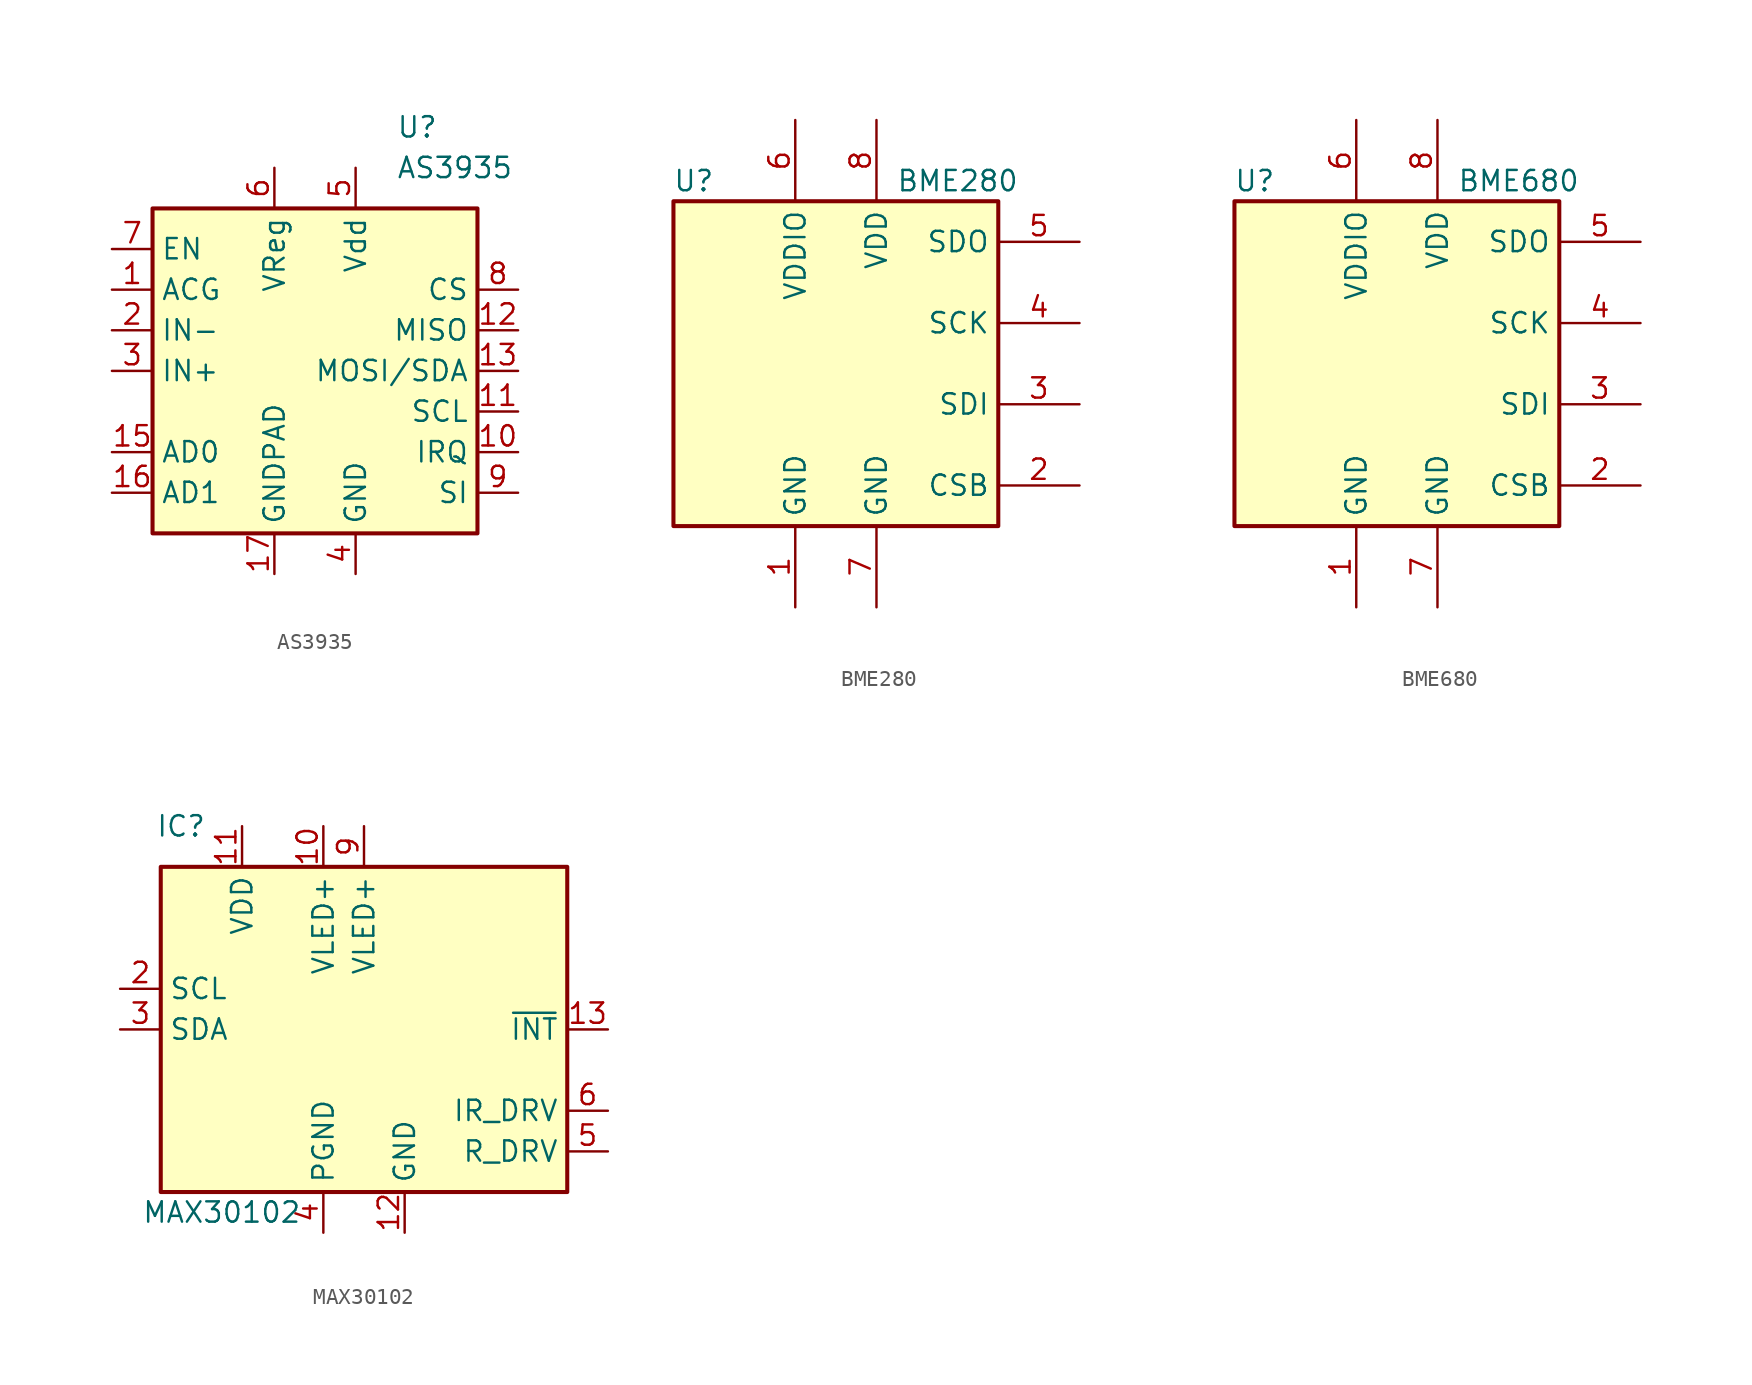
<source format=kicad_sym>
(kicad_symbol_lib
  (version 20201005)
  (generator kicad_symbol_editor)
  (symbol "AS3935"
    (property "Reference" "U"
      (at 5.08 15.24 0)
      (effects (font (size 1.27 1.27)) (justify left)))
    (property "Value" "AS3935"
      (at 5.08 12.7 0)
      (effects (font (size 1.27 1.27)) (justify left)))
    (symbol "AS3935_0_1"
      (rectangle (start -10.16 10.16) (end 10.16 -10.16) (stroke (width 0.254)) (fill (type background))))
    (symbol "AS3935_1_1"
      (pin input line (at -12.7 5.08 0) (length 2.54) (name "ACG" (effects (font (size 1.27 1.27)))) (number "1" (effects (font (size 1.27 1.27)))))
      (pin bidirectional line (at 12.7 -5.08 180) (length 2.54) (name "IRQ" (effects (font (size 1.27 1.27)))) (number "10" (effects (font (size 1.27 1.27)))))
      (pin bidirectional line (at 12.7 -2.54 180) (length 2.54) (name "SCL" (effects (font (size 1.27 1.27)))) (number "11" (effects (font (size 1.27 1.27)))))
      (pin output line (at 12.7 2.54 180) (length 2.54) (name "MISO" (effects (font (size 1.27 1.27)))) (number "12" (effects (font (size 1.27 1.27)))))
      (pin bidirectional line (at 12.7 0 180) (length 2.54) (name "MOSI/SDA" (effects (font (size 1.27 1.27)))) (number "13" (effects (font (size 1.27 1.27)))))
      (pin input line (at -12.7 -5.08 0) (length 2.54) (name "AD0" (effects (font (size 1.27 1.27)))) (number "15" (effects (font (size 1.27 1.27)))))
      (pin input line (at -12.7 -7.62 0) (length 2.54) (name "AD1" (effects (font (size 1.27 1.27)))) (number "16" (effects (font (size 1.27 1.27)))))
      (pin power_in line (at -2.54 -12.7 90) (length 2.54) (name "GNDPAD" (effects (font (size 1.27 1.27)))) (number "17" (effects (font (size 1.27 1.27)))))
      (pin input line (at -12.7 2.54 0) (length 2.54) (name "IN-" (effects (font (size 1.27 1.27)))) (number "2" (effects (font (size 1.27 1.27)))))
      (pin input line (at -12.7 0 0) (length 2.54) (name "IN+" (effects (font (size 1.27 1.27)))) (number "3" (effects (font (size 1.27 1.27)))))
      (pin power_in line (at 2.54 -12.7 90) (length 2.54) (name "GND" (effects (font (size 1.27 1.27)))) (number "4" (effects (font (size 1.27 1.27)))))
      (pin power_in line (at 2.54 12.7 270) (length 2.54) (name "Vdd" (effects (font (size 1.27 1.27)))) (number "5" (effects (font (size 1.27 1.27)))))
      (pin passive line (at -2.54 12.7 270) (length 2.54) (name "VReg" (effects (font (size 1.27 1.27)))) (number "6" (effects (font (size 1.27 1.27)))))
      (pin input line (at -12.7 7.62 0) (length 2.54) (name "EN" (effects (font (size 1.27 1.27)))) (number "7" (effects (font (size 1.27 1.27)))))
      (pin input line (at 12.7 5.08 180) (length 2.54) (name "CS" (effects (font (size 1.27 1.27)))) (number "8" (effects (font (size 1.27 1.27)))))
      (pin input line (at 12.7 -7.62 180) (length 2.54) (name "SI" (effects (font (size 1.27 1.27)))) (number "9" (effects (font (size 1.27 1.27)))))))
  (symbol "BME280"
    (property "Reference" "U"
      (at -8.89 11.43 0)
      (effects (font (size 1.27 1.27))))
    (property "Value" "BME280"
      (at 7.62 11.43 0)
      (effects (font (size 1.27 1.27))))
    (symbol "BME280_0_1"
      (rectangle (start -10.16 10.16) (end 10.16 -10.16) (stroke (width 0.254)) (fill (type background))))
    (symbol "BME280_1_1"
      (pin power_in line (at -2.54 -15.24 90) (length 5.08) (name "GND" (effects (font (size 1.27 1.27)))) (number "1" (effects (font (size 1.27 1.27)))))
      (pin input line (at 15.24 -7.62 180) (length 5.08) (name "CSB" (effects (font (size 1.27 1.27)))) (number "2" (effects (font (size 1.27 1.27)))))
      (pin bidirectional line (at 15.24 -2.54 180) (length 5.08) (name "SDI" (effects (font (size 1.27 1.27)))) (number "3" (effects (font (size 1.27 1.27)))))
      (pin input line (at 15.24 2.54 180) (length 5.08) (name "SCK" (effects (font (size 1.27 1.27)))) (number "4" (effects (font (size 1.27 1.27)))))
      (pin bidirectional line (at 15.24 7.62 180) (length 5.08) (name "SDO" (effects (font (size 1.27 1.27)))) (number "5" (effects (font (size 1.27 1.27)))))
      (pin power_in line (at -2.54 15.24 270) (length 5.08) (name "VDDIO" (effects (font (size 1.27 1.27)))) (number "6" (effects (font (size 1.27 1.27)))))
      (pin power_in line (at 2.54 -15.24 90) (length 5.08) (name "GND" (effects (font (size 1.27 1.27)))) (number "7" (effects (font (size 1.27 1.27)))))
      (pin power_in line (at 2.54 15.24 270) (length 5.08) (name "VDD" (effects (font (size 1.27 1.27)))) (number "8" (effects (font (size 1.27 1.27)))))))
  (symbol "BME680"
    (property "Reference" "U"
      (at -8.89 11.43 0)
      (effects (font (size 1.27 1.27))))
    (property "Value" "BME680"
      (at 7.62 11.43 0)
      (effects (font (size 1.27 1.27))))
    (symbol "BME680_0_1"
      (rectangle (start -10.16 10.16) (end 10.16 -10.16) (stroke (width 0.254)) (fill (type background))))
    (symbol "BME680_1_1"
      (pin power_in line (at -2.54 -15.24 90) (length 5.08) (name "GND" (effects (font (size 1.27 1.27)))) (number "1" (effects (font (size 1.27 1.27)))))
      (pin input line (at 15.24 -7.62 180) (length 5.08) (name "CSB" (effects (font (size 1.27 1.27)))) (number "2" (effects (font (size 1.27 1.27)))))
      (pin bidirectional line (at 15.24 -2.54 180) (length 5.08) (name "SDI" (effects (font (size 1.27 1.27)))) (number "3" (effects (font (size 1.27 1.27)))))
      (pin input line (at 15.24 2.54 180) (length 5.08) (name "SCK" (effects (font (size 1.27 1.27)))) (number "4" (effects (font (size 1.27 1.27)))))
      (pin bidirectional line (at 15.24 7.62 180) (length 5.08) (name "SDO" (effects (font (size 1.27 1.27)))) (number "5" (effects (font (size 1.27 1.27)))))
      (pin power_in line (at -2.54 15.24 270) (length 5.08) (name "VDDIO" (effects (font (size 1.27 1.27)))) (number "6" (effects (font (size 1.27 1.27)))))
      (pin power_in line (at 2.54 -15.24 90) (length 5.08) (name "GND" (effects (font (size 1.27 1.27)))) (number "7" (effects (font (size 1.27 1.27)))))
      (pin power_in line (at 2.54 15.24 270) (length 5.08) (name "VDD" (effects (font (size 1.27 1.27)))) (number "8" (effects (font (size 1.27 1.27)))))))
  (symbol "MAX30102"
    (property "Reference" "IC"
      (at -11.43 12.7 0)
      (effects (font (size 1.27 1.27))))
    (property "Value" "MAX30102"
      (at -8.89 -11.43 0)
      (effects (font (size 1.27 1.27))))
    (symbol "MAX30102_0_1"
      (rectangle (start -12.7 10.16) (end 12.7 -10.16) (stroke (width 0.254)) (fill (type background))))
    (symbol "MAX30102_1_1"
      (pin no_connect line (at 10.16 10.16 180) (length 2.54) hide (name "NC" (effects (font (size 1.27 1.27)))) (number "1" (effects (font (size 1.27 1.27)))))
      (pin power_in line (at -2.54 12.7 270) (length 2.54) (name "VLED+" (effects (font (size 1.27 1.27)))) (number "10" (effects (font (size 1.27 1.27)))))
      (pin power_in line (at -7.62 12.7 270) (length 2.54) (name "VDD" (effects (font (size 1.27 1.27)))) (number "11" (effects (font (size 1.27 1.27)))))
      (pin power_in line (at 2.54 -12.7 90) (length 2.54) (name "GND" (effects (font (size 1.27 1.27)))) (number "12" (effects (font (size 1.27 1.27)))))
      (pin output line (at 15.24 0 180) (length 2.54) (name "~INT" (effects (font (size 1.27 1.27)))) (number "13" (effects (font (size 1.27 1.27)))))
      (pin no_connect line (at 10.16 2.54 180) (length 2.54) hide (name "NC" (effects (font (size 1.27 1.27)))) (number "14" (effects (font (size 1.27 1.27)))))
      (pin input line (at -15.24 2.54 0) (length 2.54) (name "SCL" (effects (font (size 1.27 1.27)))) (number "2" (effects (font (size 1.27 1.27)))))
      (pin bidirectional line (at -15.24 0 0) (length 2.54) (name "SDA" (effects (font (size 1.27 1.27)))) (number "3" (effects (font (size 1.27 1.27)))))
      (pin power_in line (at -2.54 -12.7 90) (length 2.54) (name "PGND" (effects (font (size 1.27 1.27)))) (number "4" (effects (font (size 1.27 1.27)))))
      (pin output line (at 15.24 -7.62 180) (length 2.54) (name "R_DRV" (effects (font (size 1.27 1.27)))) (number "5" (effects (font (size 1.27 1.27)))))
      (pin output line (at 15.24 -5.08 180) (length 2.54) (name "IR_DRV" (effects (font (size 1.27 1.27)))) (number "6" (effects (font (size 1.27 1.27)))))
      (pin no_connect line (at 10.16 7.62 180) (length 2.54) hide (name "NC" (effects (font (size 1.27 1.27)))) (number "7" (effects (font (size 1.27 1.27)))))
      (pin no_connect line (at 10.16 5.08 180) (length 2.54) hide (name "NC" (effects (font (size 1.27 1.27)))) (number "8" (effects (font (size 1.27 1.27)))))
      (pin power_in line (at 0 12.7 270) (length 2.54) (name "VLED+" (effects (font (size 1.27 1.27)))) (number "9" (effects (font (size 1.27 1.27))))))))
</source>
